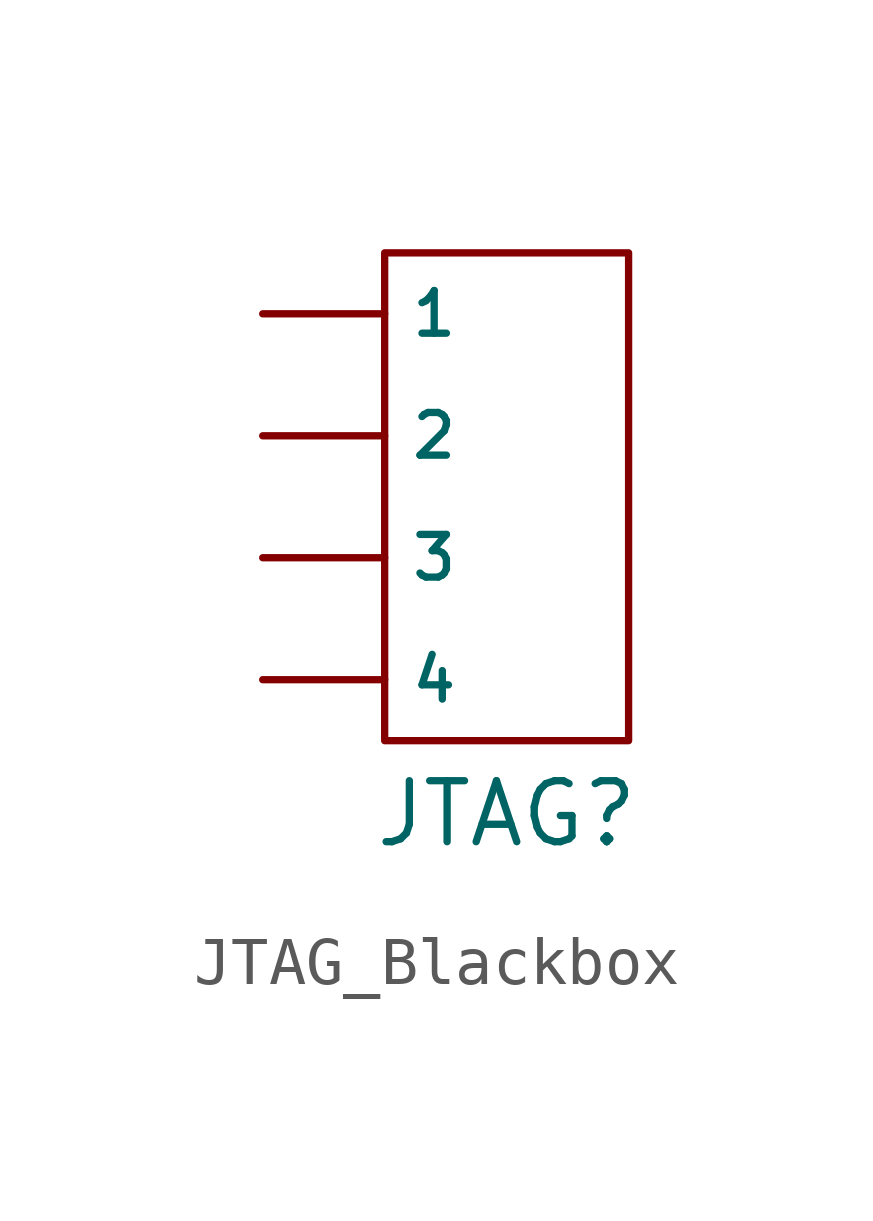
<source format=kicad_sym>
(kicad_symbol_lib
  (version 20231120)
  (generator "kicad_symbol_editor")
  (generator_version "8.0")
  (symbol "JTAG_Blackbox"
    (property "Reference" "JTAG"
      (at 0 -6.604 0)
      (effects (font (size 1.27 1.27))))
    (property "Value" ""
      (at 0 0 0)
      (effects (font (size 1.27 1.27))))
    (symbol "JTAG_Blackbox_1_1"
      (rectangle (start -2.54 5.08) (end 2.54 -5.08) (stroke (width 0) (type default)) (fill (type none)))
      (pin bidirectional line (at -5.08 3.81 0) (length 2.54) (name "1" (effects (font (size 0.889 0.889)))) (number "" (effects (font (size 0.889 0.889)))))
      (pin bidirectional line (at -5.08 1.27 0) (length 2.54) (name "2" (effects (font (size 0.889 0.889)))) (number "" (effects (font (size 0.889 0.889)))))
      (pin bidirectional line (at -5.08 -1.27 0) (length 2.54) (name "3" (effects (font (size 0.889 0.889)))) (number "" (effects (font (size 0.889 0.889)))))
      (pin bidirectional line (at -5.08 -3.81 0) (length 2.54) (name "4" (effects (font (size 0.889 0.889)))) (number "" (effects (font (size 0.889 0.889))))))))
</source>
